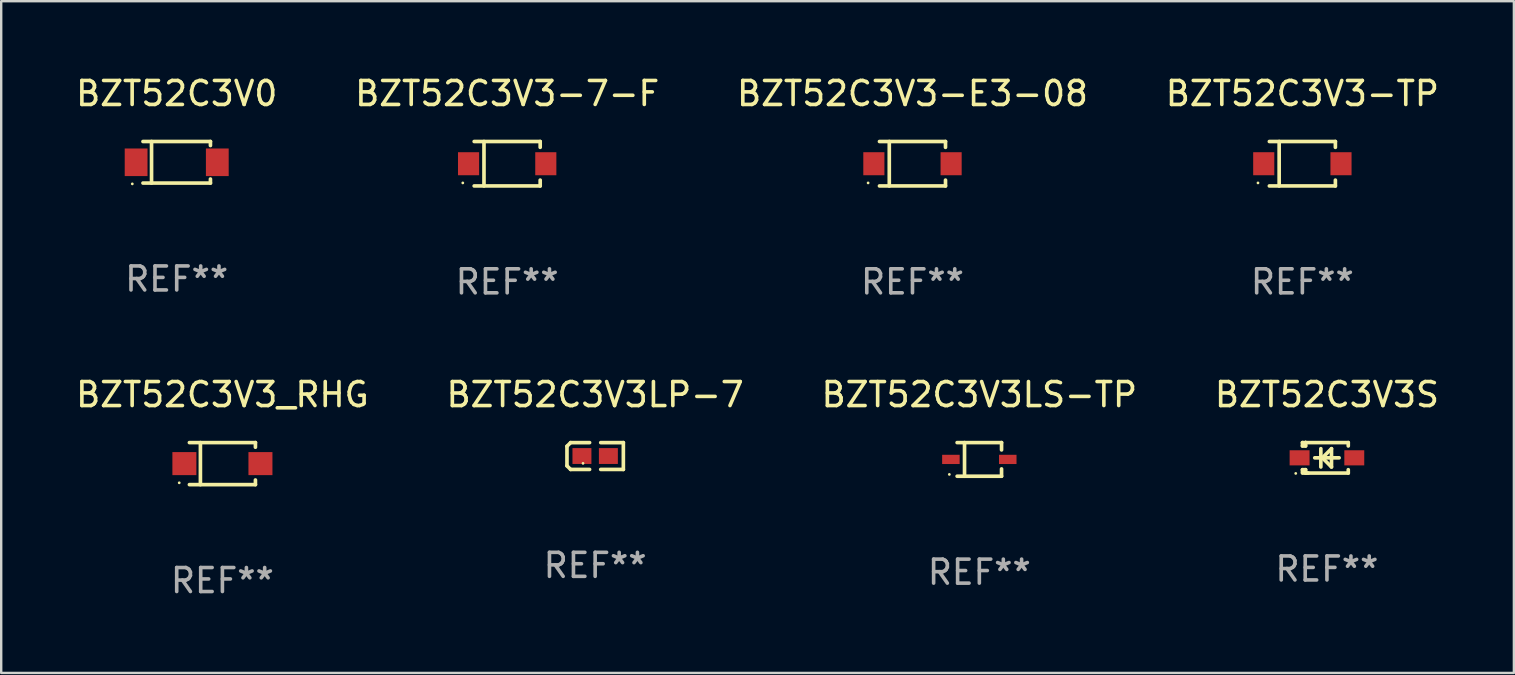
<source format=kicad_pcb>
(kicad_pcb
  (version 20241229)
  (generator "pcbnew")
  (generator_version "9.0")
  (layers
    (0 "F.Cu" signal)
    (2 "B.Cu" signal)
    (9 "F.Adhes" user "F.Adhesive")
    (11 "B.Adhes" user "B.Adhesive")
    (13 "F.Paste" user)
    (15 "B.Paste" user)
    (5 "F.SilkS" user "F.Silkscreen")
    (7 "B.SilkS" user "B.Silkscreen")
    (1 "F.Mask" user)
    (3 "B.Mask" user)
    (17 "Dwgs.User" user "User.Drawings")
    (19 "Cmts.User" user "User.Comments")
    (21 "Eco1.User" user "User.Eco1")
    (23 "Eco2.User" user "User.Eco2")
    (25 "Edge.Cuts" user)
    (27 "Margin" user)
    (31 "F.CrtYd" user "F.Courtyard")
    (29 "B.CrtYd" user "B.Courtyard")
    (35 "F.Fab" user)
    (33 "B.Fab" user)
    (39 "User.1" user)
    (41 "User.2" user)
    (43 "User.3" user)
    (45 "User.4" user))
  (footprint "BZT52C3V3LP-7"
    (layer "F.Cu")
    (at 21.756 15.957)
    (property "Reference" "BZT52C3V3LP-7" (at 0 -2.559 0) (layer "F.SilkS") (effects (font (size 1 1) (thickness 0.15))))
    (attr through_hole)
    (fp_line (start -1.175 -0.407) (end -1.023 -0.559) (stroke (width 0.152) (type solid)) (layer "F.SilkS"))
    (fp_line (start -1.175 0.407) (end -1.175 -0.407) (stroke (width 0.152) (type solid)) (layer "F.SilkS"))
    (fp_line (start -1.023 -0.559) (end -0.232 -0.559) (stroke (width 0.152) (type solid)) (layer "F.SilkS"))
    (fp_line (start -1.023 0.559) (end -1.175 0.407) (stroke (width 0.152) (type solid)) (layer "F.SilkS"))
    (fp_line (start -0.232 0.559) (end -1.023 0.559) (stroke (width 0.152) (type solid)) (layer "F.SilkS"))
    (fp_line (start 0.232 0.559) (end 1.175 0.559) (stroke (width 0.152) (type solid)) (layer "F.SilkS"))
    (fp_line (start 1.175 -0.559) (end 0.232 -0.559) (stroke (width 0.152) (type solid)) (layer "F.SilkS"))
    (fp_line (start 1.175 0.559) (end 1.175 -0.559) (stroke (width 0.152) (type solid)) (layer "F.SilkS"))
    (fp_circle (center -0.506 0.306) (end -0.476 0.306) (stroke (width 0.06) (type solid)) (fill no) (layer "F.SilkS"))
    (fp_text user "REF**" (at 0 4.559 0) (layer "F.Fab") (effects (font (size 1 1) (thickness 0.15))))
    (pad "1" smd rect (at -0.551 0) (size 0.79 0.661) (layers "F.Cu" "F.Mask" "F.Paste"))
    (pad "2" smd rect (at 0.551 0) (size 0.79 0.661) (layers "F.Cu" "F.Mask" "F.Paste")))
  (footprint "BZT52C3V0"
    (layer "F.Cu")
    (at 4.315 3.714)
    (property "Reference" "BZT52C3V0" (at 0 -2.866 0) (layer "F.SilkS") (effects (font (size 1 1) (thickness 0.15))))
    (attr through_hole)
    (fp_line (start -1.406 -0.866) (end 1.406 -0.866) (stroke (width 0.152) (type solid)) (layer "F.SilkS"))
    (fp_line (start -1.406 0.866) (end 1.406 0.866) (stroke (width 0.152) (type solid)) (layer "F.SilkS"))
    (fp_line (start -1.049 -0.866) (end -1.049 0.866) (stroke (width 0.152) (type solid)) (layer "F.SilkS"))
    (fp_line (start 1.406 -0.866) (end 1.406 -0.698) (stroke (width 0.152) (type solid)) (layer "F.SilkS"))
    (fp_line (start 1.406 0.866) (end 1.406 0.698) (stroke (width 0.152) (type solid)) (layer "F.SilkS"))
    (fp_circle (center -1.851 0.9) (end -1.821 0.9) (stroke (width 0.06) (type solid)) (fill no) (layer "F.SilkS"))
    (fp_text user "REF**" (at 0 4.866 0) (layer "F.Fab") (effects (font (size 1 1) (thickness 0.15))))
    (pad "1" smd rect (at -1.692 0) (size 0.95 1.15) (layers "F.Cu" "F.Mask" "F.Paste"))
    (pad "2" smd rect (at 1.692 0) (size 0.95 1.15) (layers "F.Cu" "F.Mask" "F.Paste")))
  (footprint "BZT52C3V3_RHG"
    (layer "F.Cu")
    (at 6.22 16.273)
    (property "Reference" "BZT52C3V3_RHG" (at 0 -2.876 0) (layer "F.SilkS") (effects (font (size 1 1) (thickness 0.15))))
    (attr through_hole)
    (fp_line (start -1.376 -0.876) (end 1.376 -0.876) (stroke (width 0.152) (type solid)) (layer "F.SilkS"))
    (fp_line (start -1.376 0.876) (end 1.376 0.876) (stroke (width 0.152) (type solid)) (layer "F.SilkS"))
    (fp_line (start -0.917 -0.876) (end -0.917 0.876) (stroke (width 0.152) (type solid)) (layer "F.SilkS"))
    (fp_line (start 1.376 -0.876) (end 1.376 -0.683) (stroke (width 0.152) (type solid)) (layer "F.SilkS"))
    (fp_line (start 1.376 0.876) (end 1.376 0.683) (stroke (width 0.152) (type solid)) (layer "F.SilkS"))
    (fp_circle (center -1.8 0.8) (end -1.77 0.8) (stroke (width 0.06) (type solid)) (fill no) (layer "F.SilkS"))
    (fp_text user "REF**" (at 0 4.876 0) (layer "F.Fab") (effects (font (size 1 1) (thickness 0.15))))
    (pad "1" smd rect (at -1.585 0) (size 1 0.96) (layers "F.Cu" "F.Mask" "F.Paste"))
    (pad "2" smd rect (at 1.585 0) (size 1 0.96) (layers "F.Cu" "F.Mask" "F.Paste")))
  (footprint "BZT52C3V3-7-F"
    (layer "F.Cu")
    (at 18.089 3.774)
    (property "Reference" "BZT52C3V3-7-F" (at 0 -2.926 0) (layer "F.SilkS") (effects (font (size 1 1) (thickness 0.15))))
    (attr through_hole)
    (fp_line (start -1.376 -0.926) (end 1.376 -0.926) (stroke (width 0.152) (type solid)) (layer "F.SilkS"))
    (fp_line (start -1.376 0.926) (end 1.376 0.926) (stroke (width 0.152) (type solid)) (layer "F.SilkS"))
    (fp_line (start -0.967 -0.926) (end -0.967 0.926) (stroke (width 0.152) (type solid)) (layer "F.SilkS"))
    (fp_line (start 1.376 -0.926) (end 1.376 -0.683) (stroke (width 0.152) (type solid)) (layer "F.SilkS"))
    (fp_line (start 1.376 0.926) (end 1.376 0.683) (stroke (width 0.152) (type solid)) (layer "F.SilkS"))
    (fp_circle (center -1.85 0.8) (end -1.82 0.8) (stroke (width 0.06) (type solid)) (fill no) (layer "F.SilkS"))
    (fp_text user "REF**" (at 0 4.926 0) (layer "F.Fab") (effects (font (size 1 1) (thickness 0.15))))
    (pad "1" smd rect (at -1.61 0) (size 0.88 0.96) (layers "F.Cu" "F.Mask" "F.Paste"))
    (pad "2" smd rect (at 1.61 0) (size 0.88 0.96) (layers "F.Cu" "F.Mask" "F.Paste")))
  (footprint "BZT52C3V3-TP"
    (layer "F.Cu")
    (at 51.232 3.774)
    (property "Reference" "BZT52C3V3-TP" (at 0 -2.926 0) (layer "F.SilkS") (effects (font (size 1 1) (thickness 0.15))))
    (attr through_hole)
    (fp_line (start -1.376 -0.926) (end 1.376 -0.926) (stroke (width 0.152) (type solid)) (layer "F.SilkS"))
    (fp_line (start -1.376 0.926) (end 1.376 0.926) (stroke (width 0.152) (type solid)) (layer "F.SilkS"))
    (fp_line (start -0.967 -0.926) (end -0.967 0.926) (stroke (width 0.152) (type solid)) (layer "F.SilkS"))
    (fp_line (start 1.376 -0.926) (end 1.376 -0.683) (stroke (width 0.152) (type solid)) (layer "F.SilkS"))
    (fp_line (start 1.376 0.926) (end 1.376 0.683) (stroke (width 0.152) (type solid)) (layer "F.SilkS"))
    (fp_circle (center -1.85 0.8) (end -1.82 0.8) (stroke (width 0.06) (type solid)) (fill no) (layer "F.SilkS"))
    (fp_text user "REF**" (at 0 4.926 0) (layer "F.Fab") (effects (font (size 1 1) (thickness 0.15))))
    (pad "1" smd rect (at -1.61 0) (size 0.88 0.96) (layers "F.Cu" "F.Mask" "F.Paste"))
    (pad "2" smd rect (at 1.61 0) (size 0.88 0.96) (layers "F.Cu" "F.Mask" "F.Paste")))
  (footprint "BZT52C3V3S"
    (layer "F.Cu")
    (at 52.256 16.032)
    (property "Reference" "BZT52C3V3S" (at 0 -2.635 0) (layer "F.SilkS") (effects (font (size 1 1) (thickness 0.15))))
    (attr through_hole)
    (fp_line (start -1.02 -0.635) (end -1.02 -0.495) (stroke (width 0.152) (type solid)) (layer "F.SilkS"))
    (fp_line (start -1.02 -0.495) (end -0.889 -0.495) (stroke (width 0.152) (type solid)) (layer "F.SilkS"))
    (fp_line (start -1.02 0.495) (end -1.02 0.62) (stroke (width 0.152) (type solid)) (layer "F.SilkS"))
    (fp_line (start -1.02 0.495) (end -0.889 0.495) (stroke (width 0.152) (type solid)) (layer "F.SilkS"))
    (fp_line (start -0.889 -0.635) (end -1.02 -0.635) (stroke (width 0.152) (type solid)) (layer "F.SilkS"))
    (fp_line (start -0.889 -0.635) (end -0.889 -0.595) (stroke (width 0.152) (type solid)) (layer "F.SilkS"))
    (fp_line (start -0.889 -0.635) (end 0.889 -0.635) (stroke (width 0.152) (type solid)) (layer "F.SilkS"))
    (fp_line (start -0.889 -0.495) (end -0.889 -0.635) (stroke (width 0.152) (type solid)) (layer "F.SilkS"))
    (fp_line (start -0.889 0.595) (end -0.889 0.495) (stroke (width 0.152) (type solid)) (layer "F.SilkS"))
    (fp_line (start -0.889 0.595) (end -0.889 0.635) (stroke (width 0.152) (type solid)) (layer "F.SilkS"))
    (fp_line (start -0.889 0.635) (end 0.889 0.635) (stroke (width 0.152) (type solid)) (layer "F.SilkS"))
    (fp_line (start -0.776 0.635) (end -1.014 0.635) (stroke (width 0.152) (type solid)) (layer "F.SilkS"))
    (fp_line (start -0.254 -0.381) (end -0.254 0.381) (stroke (width 0.152) (type solid)) (layer "F.SilkS"))
    (fp_line (start -0.191 0) (end 0.19 -0.381) (stroke (width 0.152) (type solid)) (layer "F.SilkS"))
    (fp_line (start 0.19 -0.381) (end 0.19 0.381) (stroke (width 0.152) (type solid)) (layer "F.SilkS"))
    (fp_line (start 0.19 0.381) (end -0.191 0) (stroke (width 0.152) (type solid)) (layer "F.SilkS"))
    (fp_line (start 0.508 0) (end -0.508 0) (stroke (width 0.152) (type solid)) (layer "F.SilkS"))
    (fp_line (start 0.889 -0.635) (end 0.889 -0.495) (stroke (width 0.152) (type solid)) (layer "F.SilkS"))
    (fp_line (start 0.889 0.495) (end 0.889 0.635) (stroke (width 0.152) (type solid)) (layer "F.SilkS"))
    (fp_circle (center -1.3 0.65) (end -1.27 0.65) (stroke (width 0.06) (type solid)) (fill no) (layer "F.SilkS"))
    (fp_text user "REF**" (at 0 4.635 0) (layer "F.Fab") (effects (font (size 1 1) (thickness 0.15))))
    (pad "1" smd rect (at -1.14 0 90) (size 0.63 0.83) (layers "F.Cu" "F.Mask" "F.Paste"))
    (pad "2" smd rect (at 1.14 0 90) (size 0.63 0.83) (layers "F.Cu" "F.Mask" "F.Paste")))
  (footprint "BZT52C3V3LS-TP"
    (layer "F.Cu")
    (at 37.768 16.098)
    (property "Reference" "BZT52C3V3LS-TP" (at 0 -2.701 0) (layer "F.SilkS") (effects (font (size 1 1) (thickness 0.15))))
    (attr through_hole)
    (fp_line (start -0.926 -0.701) (end 0.926 -0.701) (stroke (width 0.152) (type solid)) (layer "F.SilkS"))
    (fp_line (start -0.926 0.701) (end 0.926 0.701) (stroke (width 0.152) (type solid)) (layer "F.SilkS"))
    (fp_line (start -0.617 -0.701) (end -0.617 0.701) (stroke (width 0.152) (type solid)) (layer "F.SilkS"))
    (fp_line (start 0.926 -0.701) (end 0.926 -0.396) (stroke (width 0.152) (type solid)) (layer "F.SilkS"))
    (fp_line (start 0.926 0.701) (end 0.926 0.396) (stroke (width 0.152) (type solid)) (layer "F.SilkS"))
    (fp_circle (center -1.25 0.625) (end -1.22 0.625) (stroke (width 0.06) (type solid)) (fill no) (layer "F.SilkS"))
    (fp_text user "REF**" (at 0 4.701 0) (layer "F.Fab") (effects (font (size 1 1) (thickness 0.15))))
    (pad "1" smd rect (at -1.185 0 180) (size 0.73 0.385) (layers "F.Cu" "F.Mask" "F.Paste"))
    (pad "2" smd rect (at 1.185 0 180) (size 0.73 0.385) (layers "F.Cu" "F.Mask" "F.Paste")))
  (footprint "BZT52C3V3-E3-08"
    (layer "F.Cu")
    (at 34.982 3.774)
    (property "Reference" "BZT52C3V3-E3-08" (at 0 -2.926 0) (layer "F.SilkS") (effects (font (size 1 1) (thickness 0.15))))
    (attr through_hole)
    (fp_line (start -1.376 -0.926) (end 1.376 -0.926) (stroke (width 0.152) (type solid)) (layer "F.SilkS"))
    (fp_line (start -1.376 0.926) (end 1.376 0.926) (stroke (width 0.152) (type solid)) (layer "F.SilkS"))
    (fp_line (start -0.967 -0.926) (end -0.967 0.926) (stroke (width 0.152) (type solid)) (layer "F.SilkS"))
    (fp_line (start 1.376 -0.926) (end 1.376 -0.683) (stroke (width 0.152) (type solid)) (layer "F.SilkS"))
    (fp_line (start 1.376 0.926) (end 1.376 0.683) (stroke (width 0.152) (type solid)) (layer "F.SilkS"))
    (fp_circle (center -1.85 0.8) (end -1.82 0.8) (stroke (width 0.06) (type solid)) (fill no) (layer "F.SilkS"))
    (fp_text user "REF**" (at 0 4.926 0) (layer "F.Fab") (effects (font (size 1 1) (thickness 0.15))))
    (pad "1" smd rect (at -1.61 0) (size 0.88 0.96) (layers "F.Cu" "F.Mask" "F.Paste"))
    (pad "2" smd rect (at 1.61 0) (size 0.88 0.96) (layers "F.Cu" "F.Mask" "F.Paste")))
  (gr_rect
    (start -3 -3)
    (end 60.048 24.998)
    (stroke (width 0.1) (type default))
    (fill no)
    (layer "Edge.Cuts")))
</source>
